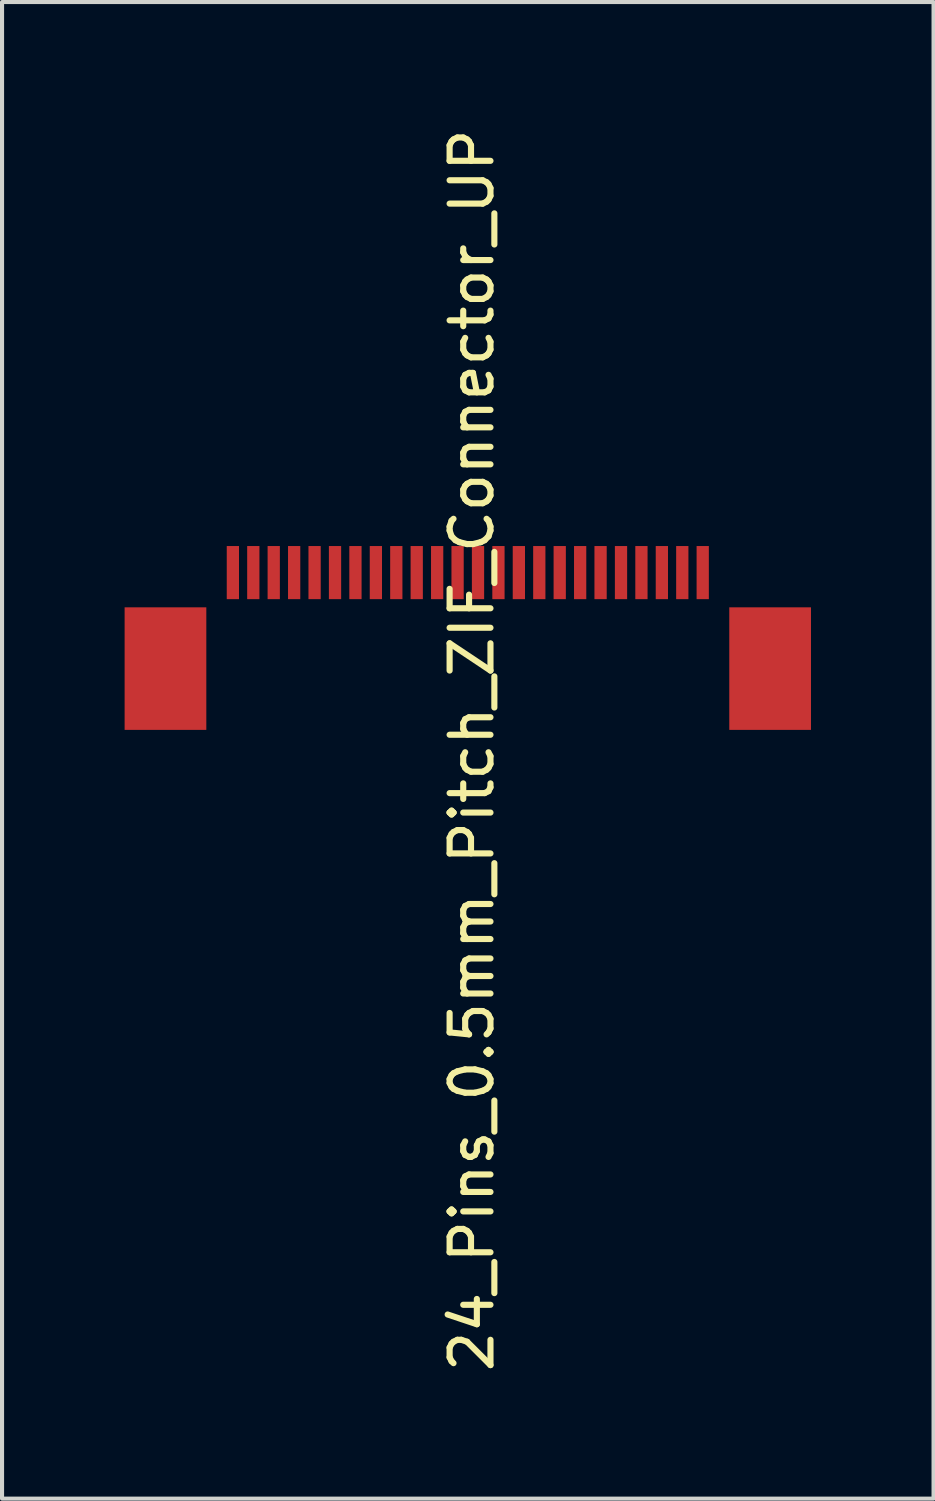
<source format=kicad_pcb>
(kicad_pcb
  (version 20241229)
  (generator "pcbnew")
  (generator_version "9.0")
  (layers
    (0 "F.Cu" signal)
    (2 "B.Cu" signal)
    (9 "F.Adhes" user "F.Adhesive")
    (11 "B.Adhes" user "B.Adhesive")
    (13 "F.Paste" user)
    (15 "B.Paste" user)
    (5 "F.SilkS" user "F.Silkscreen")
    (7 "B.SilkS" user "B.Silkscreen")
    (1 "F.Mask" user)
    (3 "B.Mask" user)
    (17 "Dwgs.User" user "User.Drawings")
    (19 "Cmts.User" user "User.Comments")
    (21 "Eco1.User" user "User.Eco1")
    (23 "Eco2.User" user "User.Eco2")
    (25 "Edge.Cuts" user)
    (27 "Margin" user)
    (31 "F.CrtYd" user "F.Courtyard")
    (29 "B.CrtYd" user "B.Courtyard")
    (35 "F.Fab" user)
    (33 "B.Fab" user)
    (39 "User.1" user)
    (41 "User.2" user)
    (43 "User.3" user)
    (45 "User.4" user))
  (footprint "24_Pins_0.5mm_Pitch_ZIF_Connector_UP"
    (layer "F.Cu")
    (at 8.4 13.315)
    (property "Reference" "24_Pins_0.5mm_Pitch_ZIF_Connector_UP" (at 0.1 2 270) (layer "F.SilkS") (effects (font (size 1 1) (thickness 0.15))))
    (attr smd)
    (pad "1" smd rect (at 5.75 -2.35) (size 0.3 1.3) (layers "F.Cu" "F.Mask" "F.Paste"))
    (pad "2" smd rect (at 5.25 -2.35) (size 0.3 1.3) (layers "F.Cu" "F.Mask" "F.Paste"))
    (pad "3" smd rect (at 4.75 -2.35) (size 0.3 1.3) (layers "F.Cu" "F.Mask" "F.Paste"))
    (pad "4" smd rect (at 4.25 -2.35) (size 0.3 1.3) (layers "F.Cu" "F.Mask" "F.Paste"))
    (pad "5" smd rect (at 3.75 -2.35) (size 0.3 1.3) (layers "F.Cu" "F.Mask" "F.Paste"))
    (pad "6" smd rect (at 3.25 -2.35) (size 0.3 1.3) (layers "F.Cu" "F.Mask" "F.Paste"))
    (pad "7" smd rect (at 2.75 -2.35) (size 0.3 1.3) (layers "F.Cu" "F.Mask" "F.Paste"))
    (pad "8" smd rect (at 2.25 -2.35) (size 0.3 1.3) (layers "F.Cu" "F.Mask" "F.Paste"))
    (pad "9" smd rect (at 1.75 -2.35) (size 0.3 1.3) (layers "F.Cu" "F.Mask" "F.Paste"))
    (pad "10" smd rect (at 1.25 -2.35) (size 0.3 1.3) (layers "F.Cu" "F.Mask" "F.Paste"))
    (pad "11" smd rect (at 0.75 -2.35) (size 0.3 1.3) (layers "F.Cu" "F.Mask" "F.Paste"))
    (pad "12" smd rect (at 0.25 -2.35) (size 0.3 1.3) (layers "F.Cu" "F.Mask" "F.Paste"))
    (pad "13" smd rect (at -0.25 -2.35) (size 0.3 1.3) (layers "F.Cu" "F.Mask" "F.Paste"))
    (pad "14" smd rect (at -0.75 -2.35) (size 0.3 1.3) (layers "F.Cu" "F.Mask" "F.Paste"))
    (pad "15" smd rect (at -1.25 -2.35) (size 0.3 1.3) (layers "F.Cu" "F.Mask" "F.Paste"))
    (pad "16" smd rect (at -1.75 -2.35) (size 0.3 1.3) (layers "F.Cu" "F.Mask" "F.Paste"))
    (pad "17" smd rect (at -2.25 -2.35) (size 0.3 1.3) (layers "F.Cu" "F.Mask" "F.Paste"))
    (pad "18" smd rect (at -2.75 -2.35) (size 0.3 1.3) (layers "F.Cu" "F.Mask" "F.Paste"))
    (pad "19" smd rect (at -3.25 -2.35) (size 0.3 1.3) (layers "F.Cu" "F.Mask" "F.Paste"))
    (pad "20" smd rect (at -3.75 -2.35) (size 0.3 1.3) (layers "F.Cu" "F.Mask" "F.Paste"))
    (pad "21" smd rect (at -4.25 -2.35) (size 0.3 1.3) (layers "F.Cu" "F.Mask" "F.Paste"))
    (pad "22" smd rect (at -4.75 -2.35) (size 0.3 1.3) (layers "F.Cu" "F.Mask" "F.Paste"))
    (pad "23" smd rect (at -5.25 -2.35) (size 0.3 1.3) (layers "F.Cu" "F.Mask" "F.Paste"))
    (pad "24" smd rect (at -5.75 -2.35) (size 0.3 1.3) (layers "F.Cu" "F.Mask" "F.Paste"))
    (pad "M" smd rect (at -7.4 0) (size 2 3) (layers "F.Cu" "F.Mask" "F.Paste"))
    (pad "M" smd rect (at 7.4 0) (size 2 3) (layers "F.Cu" "F.Mask" "F.Paste")))
  (gr_rect
    (start -3 -3)
    (end 19.8 33.631)
    (stroke (width 0.1) (type default))
    (fill no)
    (layer "Edge.Cuts")))
</source>
